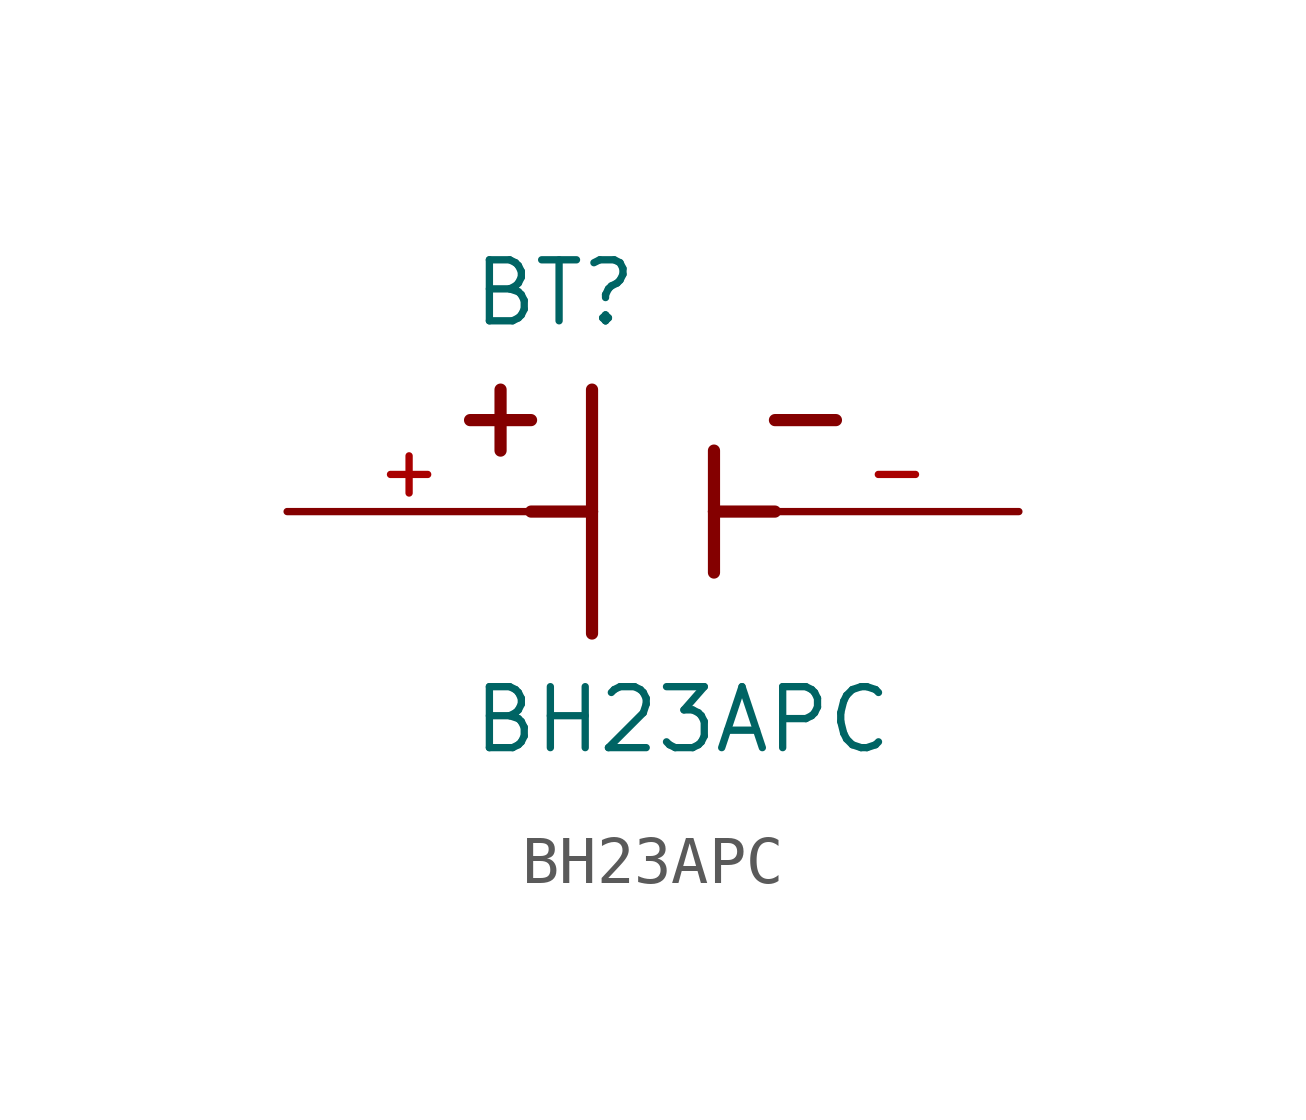
<source format=kicad_sym>
(kicad_symbol_lib
  (version 20211014)
  (generator kicad_symbol_editor)
  (symbol "BH23APC"
    (pin_names
      (offset 1.016))
    (property "Reference" "BT"
      (at -3.81 3.81 0)
      (effects (font (size 1.27 1.27)) (justify bottom left)))
    (property "Value" "BH23APC"
      (at -3.81 -5.08 0)
      (effects (font (size 1.27 1.27)) (justify bottom left)))
    (symbol "BH23APC_0_0"
      (polyline (pts (xy -1.27 2.54) (xy -1.27 0.0)) (stroke (width 0.254)))
      (polyline (pts (xy -1.27 0.0) (xy -1.27 -2.54)) (stroke (width 0.254)))
      (polyline (pts (xy 1.27 1.27) (xy 1.27 0.0)) (stroke (width 0.254)))
      (polyline (pts (xy 1.27 0.0) (xy 1.27 -1.27)) (stroke (width 0.254)))
      (polyline (pts (xy -1.27 0.0) (xy -2.54 0.0)) (stroke (width 0.254)))
      (polyline (pts (xy 1.27 0.0) (xy 2.54 0.0)) (stroke (width 0.254)))
      (polyline (pts (xy -3.175 2.54) (xy -3.175 1.27)) (stroke (width 0.254)))
      (polyline (pts (xy -3.81 1.905) (xy -2.54 1.905)) (stroke (width 0.254)))
      (polyline (pts (xy 2.54 1.905) (xy 3.81 1.905)) (stroke (width 0.254)))
      (pin passive line (at -7.62 0.0 0) (length 5.08) (name "~" (effects (font (size 1.016 1.016)))) (number "+" (effects (font (size 1.016 1.016)))))
      (pin passive line (at 7.62 0.0 180.0) (length 5.08) (name "~" (effects (font (size 1.016 1.016)))) (number "-" (effects (font (size 1.016 1.016))))))))
</source>
